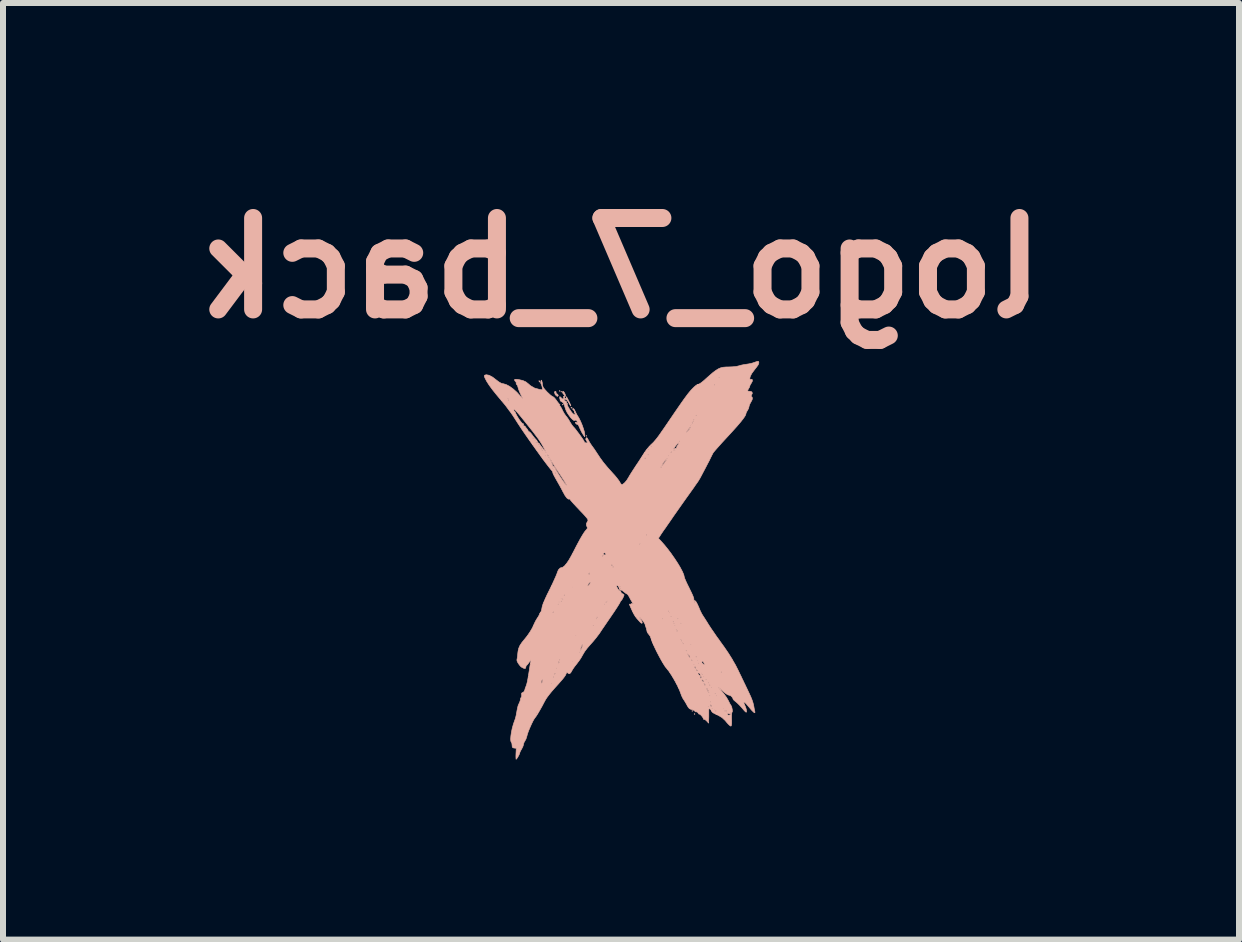
<source format=kicad_pcb>
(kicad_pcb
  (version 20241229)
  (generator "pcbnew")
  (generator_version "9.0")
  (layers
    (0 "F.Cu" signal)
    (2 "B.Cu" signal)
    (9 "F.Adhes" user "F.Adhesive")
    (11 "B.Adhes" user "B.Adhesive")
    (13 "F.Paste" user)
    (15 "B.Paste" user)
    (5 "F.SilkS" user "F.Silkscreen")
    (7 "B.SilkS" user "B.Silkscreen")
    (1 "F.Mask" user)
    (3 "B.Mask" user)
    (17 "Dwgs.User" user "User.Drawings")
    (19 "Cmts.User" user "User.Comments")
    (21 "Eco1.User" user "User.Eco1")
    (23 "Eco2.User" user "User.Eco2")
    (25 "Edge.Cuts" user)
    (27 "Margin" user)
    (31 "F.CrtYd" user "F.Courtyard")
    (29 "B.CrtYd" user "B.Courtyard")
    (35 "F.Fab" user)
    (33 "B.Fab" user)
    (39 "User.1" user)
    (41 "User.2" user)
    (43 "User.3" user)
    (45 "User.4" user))
  (footprint "logo_7_back"
    (layer "F.Cu")
    (at 7.301 5.228)
    (property "Reference" "logo_7_back" (at 0 -3.81 180) (layer "B.SilkS") (effects (font (size 1.524 1.524) (thickness 0.3)) (justify mirror)))
    (attr through_hole)
    (fp_poly (pts (xy -1.029 -1.762) (xy -1.022 -1.756) (xy -1.016 -1.762) (xy -1.022 -1.769) (xy -1.029 -1.762)) (stroke (width 0.01) (type solid)) (fill yes) (layer "B.SilkS"))
    (fp_poly (pts (xy -1.003 -1.75) (xy -0.997 -1.743) (xy -0.991 -1.75) (xy -0.997 -1.756) (xy -1.003 -1.75)) (stroke (width 0.01) (type solid)) (fill yes) (layer "B.SilkS"))
    (fp_poly (pts (xy -0.978 -1.534) (xy -0.972 -1.527) (xy -0.965 -1.534) (xy -0.972 -1.54) (xy -0.978 -1.534)) (stroke (width 0.01) (type solid)) (fill yes) (layer "B.SilkS"))
    (fp_poly (pts (xy -0.902 -1.546) (xy -0.895 -1.54) (xy -0.889 -1.546) (xy -0.895 -1.553) (xy -0.902 -1.546)) (stroke (width 0.01) (type solid)) (fill yes) (layer "B.SilkS"))
    (fp_poly (pts (xy -0.584 -1.013) (xy -0.578 -1.007) (xy -0.572 -1.013) (xy -0.578 -1.019) (xy -0.584 -1.013)) (stroke (width 0.01) (type solid)) (fill yes) (layer "B.SilkS"))
    (fp_poly (pts (xy 1.181 3.572) (xy 1.187 3.578) (xy 1.194 3.572) (xy 1.187 3.565) (xy 1.181 3.572)) (stroke (width 0.01) (type solid)) (fill yes) (layer "B.SilkS"))
    (fp_poly (pts (xy 1.219 3.623) (xy 1.226 3.629) (xy 1.232 3.623) (xy 1.226 3.616) (xy 1.219 3.623)) (stroke (width 0.01) (type solid)) (fill yes) (layer "B.SilkS"))
    (fp_poly (pts (xy -0.834 -1.485) (xy -0.832 -1.477) (xy -0.826 -1.476) (xy -0.815 -1.481) (xy -0.817 -1.485) (xy -0.832 -1.486) (xy -0.834 -1.485)) (stroke (width 0.01) (type solid)) (fill yes) (layer "B.SilkS"))
    (fp_poly (pts (xy -1.368 -1.925) (xy -1.365 -1.921) (xy -1.353 -1.909) (xy -1.351 -1.908) (xy -1.35 -1.917) (xy -1.353 -1.921) (xy -1.365 -1.933) (xy -1.367 -1.934) (xy -1.368 -1.925)) (stroke (width 0.01) (type solid)) (fill yes) (layer "B.SilkS"))
    (fp_poly (pts (xy -1.108 -1.748) (xy -1.111 -1.732) (xy -1.105 -1.724) (xy -1.097 -1.709) (xy -1.099 -1.704) (xy -1.096 -1.694) (xy -1.086 -1.692) (xy -1.071 -1.687) (xy -1.072 -1.682) (xy -1.068 -1.672) (xy -1.061 -1.671) (xy -1.048 -1.681) (xy -1.047 -1.691) (xy -1.059 -1.709) (xy -1.068 -1.712) (xy -1.081 -1.722) (xy -1.082 -1.734) (xy -1.085 -1.752) (xy -1.091 -1.756) (xy -1.108 -1.748)) (stroke (width 0.01) (type solid)) (fill yes) (layer "B.SilkS"))
    (fp_poly (pts (xy -0.977 -1.748) (xy -0.973 -1.728) (xy -0.959 -1.71) (xy -0.944 -1.69) (xy -0.94 -1.675) (xy -0.947 -1.671) (xy -0.952 -1.673) (xy -0.96 -1.671) (xy -0.958 -1.662) (xy -0.954 -1.636) (xy -0.966 -1.626) (xy -0.987 -1.637) (xy -0.99 -1.641) (xy -1.009 -1.66) (xy -1.02 -1.667) (xy -1.023 -1.657) (xy -1.021 -1.634) (xy -1.015 -1.616) (xy -1.014 -1.601) (xy -1.005 -1.591) (xy -0.99 -1.584) (xy -0.964 -1.564) (xy -0.944 -1.524) (xy -0.934 -1.489) (xy -0.92 -1.447) (xy -0.898 -1.401) (xy -0.869 -1.357) (xy -0.839 -1.317) (xy -0.809 -1.287) (xy -0.784 -1.269) (xy -0.765 -1.27) (xy -0.762 -1.273) (xy -0.751 -1.279) (xy -0.738 -1.263) (xy -0.736 -1.26) (xy -0.727 -1.24) (xy -0.733 -1.236) (xy -0.741 -1.239) (xy -0.759 -1.241) (xy -0.762 -1.236) (xy -0.754 -1.22) (xy -0.737 -1.206) (xy -0.723 -1.203) (xy -0.721 -1.204) (xy -0.714 -1.197) (xy -0.701 -1.172) (xy -0.692 -1.151) (xy -0.674 -1.111) (xy -0.651 -1.066) (xy -0.626 -1.026) (xy -0.606 -0.999) (xy -0.605 -0.998) (xy -0.604 -1.007) (xy -0.604 -1.033) (xy -0.604 -1.042) (xy -0.611 -1.081) (xy -0.627 -1.134) (xy -0.648 -1.194) (xy -0.673 -1.253) (xy -0.697 -1.302) (xy -0.712 -1.328) (xy -0.733 -1.361) (xy -0.755 -1.404) (xy -0.762 -1.42) (xy -0.781 -1.456) (xy -0.797 -1.47) (xy -0.802 -1.469) (xy -0.807 -1.457) (xy -0.793 -1.443) (xy -0.779 -1.427) (xy -0.779 -1.417) (xy -0.778 -1.403) (xy -0.766 -1.385) (xy -0.753 -1.367) (xy -0.758 -1.363) (xy -0.784 -1.373) (xy -0.792 -1.376) (xy -0.812 -1.393) (xy -0.837 -1.426) (xy -0.864 -1.466) (xy -0.887 -1.507) (xy -0.903 -1.544) (xy -0.907 -1.568) (xy -0.907 -1.571) (xy -0.912 -1.587) (xy -0.926 -1.594) (xy -0.948 -1.606) (xy -0.95 -1.618) (xy -0.932 -1.624) (xy -0.927 -1.624) (xy -0.903 -1.611) (xy -0.878 -1.577) (xy -0.875 -1.572) (xy -0.852 -1.53) (xy -0.839 -1.511) (xy -0.836 -1.515) (xy -0.846 -1.541) (xy -0.862 -1.576) (xy -0.882 -1.617) (xy -0.899 -1.649) (xy -0.909 -1.665) (xy -0.909 -1.665) (xy -0.913 -1.665) (xy -0.91 -1.659) (xy -0.912 -1.643) (xy -0.921 -1.637) (xy -0.936 -1.639) (xy -0.94 -1.655) (xy -0.931 -1.671) (xy -0.928 -1.673) (xy -0.925 -1.687) (xy -0.933 -1.712) (xy -0.946 -1.738) (xy -0.961 -1.754) (xy -0.966 -1.756) (xy -0.977 -1.748)) (stroke (width 0.01) (type solid)) (fill yes) (layer "B.SilkS"))
    (fp_poly (pts (xy 2.272 -2.255) (xy 2.242 -2.245) (xy 2.228 -2.24) (xy 2.187 -2.226) (xy 2.134 -2.214) (xy 2.102 -2.209) (xy 2.048 -2.201) (xy 1.995 -2.19) (xy 1.97 -2.182) (xy 1.92 -2.17) (xy 1.853 -2.164) (xy 1.798 -2.162) (xy 1.746 -2.161) (xy 1.703 -2.157) (xy 1.663 -2.148) (xy 1.625 -2.132) (xy 1.584 -2.107) (xy 1.535 -2.071) (xy 1.477 -2.021) (xy 1.405 -1.957) (xy 1.389 -1.942) (xy 1.35 -1.91) (xy 1.317 -1.886) (xy 1.295 -1.875) (xy 1.29 -1.874) (xy 1.273 -1.87) (xy 1.245 -1.851) (xy 1.216 -1.826) (xy 1.192 -1.802) (xy 1.168 -1.777) (xy 1.144 -1.749) (xy 1.117 -1.716) (xy 1.087 -1.676) (xy 1.051 -1.627) (xy 1.007 -1.565) (xy 0.955 -1.49) (xy 0.893 -1.4) (xy 0.819 -1.291) (xy 0.781 -1.235) (xy 0.72 -1.146) (xy 0.67 -1.074) (xy 0.631 -1.018) (xy 0.598 -0.974) (xy 0.57 -0.94) (xy 0.545 -0.911) (xy 0.521 -0.887) (xy 0.5 -0.868) (xy 0.463 -0.829) (xy 0.421 -0.778) (xy 0.384 -0.725) (xy 0.381 -0.719) (xy 0.349 -0.669) (xy 0.309 -0.607) (xy 0.266 -0.542) (xy 0.24 -0.503) (xy 0.204 -0.448) (xy 0.17 -0.395) (xy 0.143 -0.352) (xy 0.129 -0.327) (xy 0.097 -0.275) (xy 0.062 -0.233) (xy 0.03 -0.207) (xy 0.023 -0.203) (xy 0.005 -0.205) (xy -0.013 -0.228) (xy -0.019 -0.241) (xy -0.037 -0.269) (xy -0.068 -0.31) (xy -0.106 -0.356) (xy -0.13 -0.382) (xy -0.22 -0.482) (xy -0.294 -0.571) (xy -0.353 -0.652) (xy -0.356 -0.657) (xy -1.198 -0.657) (xy -1.199 -0.651) (xy -1.209 -0.661) (xy -1.219 -0.676) (xy -1.222 -0.683) (xy -1.257 -0.683) (xy -1.264 -0.676) (xy -1.27 -0.683) (xy -1.264 -0.689) (xy -1.257 -0.683) (xy -1.222 -0.683) (xy -1.227 -0.696) (xy -1.226 -0.702) (xy -1.216 -0.692) (xy -1.206 -0.676) (xy -1.198 -0.657) (xy -0.356 -0.657) (xy -0.385 -0.701) (xy -0.404 -0.729) (xy -1.245 -0.729) (xy -1.247 -0.732) (xy -1.265 -0.756) (xy -1.277 -0.772) (xy -1.308 -0.772) (xy -1.314 -0.765) (xy -1.321 -0.772) (xy -1.314 -0.778) (xy -1.308 -0.772) (xy -1.277 -0.772) (xy -1.291 -0.789) (xy -1.298 -0.797) (xy -1.321 -0.797) (xy -1.327 -0.791) (xy -1.333 -0.797) (xy -1.327 -0.803) (xy -1.321 -0.797) (xy -1.298 -0.797) (xy -1.305 -0.807) (xy -1.328 -0.835) (xy -1.346 -0.835) (xy -1.353 -0.829) (xy -1.359 -0.835) (xy -1.353 -0.842) (xy -1.346 -0.835) (xy -1.328 -0.835) (xy -1.332 -0.841) (xy -1.354 -0.871) (xy -1.355 -0.873) (xy -1.372 -0.873) (xy -1.378 -0.867) (xy -1.384 -0.873) (xy -1.378 -0.88) (xy -1.372 -0.873) (xy -1.355 -0.873) (xy -1.36 -0.882) (xy -1.376 -0.897) (xy -1.387 -0.897) (xy -1.395 -0.896) (xy -1.394 -0.899) (xy -1.41 -0.899) (xy -1.416 -0.892) (xy -1.422 -0.899) (xy -1.416 -0.905) (xy -1.41 -0.899) (xy -1.394 -0.899) (xy -1.392 -0.903) (xy -1.394 -0.921) (xy -1.405 -0.937) (xy -1.41 -0.937) (xy -1.416 -0.93) (xy -1.422 -0.937) (xy -1.435 -0.937) (xy -1.441 -0.93) (xy -1.448 -0.937) (xy -1.441 -0.943) (xy -1.435 -0.937) (xy -1.422 -0.937) (xy -1.416 -0.943) (xy -1.41 -0.937) (xy -1.405 -0.937) (xy -1.411 -0.944) (xy -1.413 -0.946) (xy -1.437 -0.973) (xy -1.439 -0.975) (xy -1.46 -0.975) (xy -1.467 -0.969) (xy -1.473 -0.975) (xy -1.467 -0.981) (xy -1.46 -0.975) (xy -1.439 -0.975) (xy -1.468 -1.011) (xy -1.485 -1.035) (xy -1.51 -1.066) (xy -1.532 -1.084) (xy -1.542 -1.087) (xy -1.549 -1.085) (xy -1.547 -1.088) (xy -1.549 -1.103) (xy -1.565 -1.127) (xy -1.569 -1.132) (xy -1.59 -1.157) (xy -1.6 -1.174) (xy -1.6 -1.175) (xy -1.608 -1.18) (xy -1.613 -1.178) (xy -1.624 -1.177) (xy -1.624 -1.18) (xy -1.624 -1.206) (xy -1.632 -1.218) (xy -1.637 -1.217) (xy -1.648 -1.224) (xy -1.668 -1.247) (xy -1.693 -1.28) (xy -1.718 -1.319) (xy -1.74 -1.357) (xy -1.756 -1.389) (xy -1.759 -1.397) (xy -1.768 -1.417) (xy -1.776 -1.421) (xy -1.783 -1.427) (xy -1.786 -1.445) (xy -1.785 -1.453) (xy -1.778 -1.453) (xy -1.764 -1.442) (xy -1.742 -1.419) (xy -1.71 -1.383) (xy -1.667 -1.331) (xy -1.612 -1.263) (xy -1.543 -1.177) (xy -1.529 -1.159) (xy -1.466 -1.08) (xy -1.417 -1.015) (xy -1.377 -0.962) (xy -1.345 -0.914) (xy -1.317 -0.868) (xy -1.289 -0.818) (xy -1.278 -0.797) (xy -1.258 -0.759) (xy -1.247 -0.735) (xy -1.245 -0.729) (xy -0.404 -0.729) (xy -0.418 -0.751) (xy -0.453 -0.803) (xy -0.479 -0.838) (xy -0.509 -0.881) (xy -0.535 -0.925) (xy -0.546 -0.946) (xy -0.561 -0.975) (xy -0.573 -0.984) (xy -0.582 -0.977) (xy -0.589 -0.957) (xy -0.578 -0.936) (xy -0.562 -0.91) (xy -0.564 -0.897) (xy -0.584 -0.896) (xy -0.605 -0.902) (xy -0.61 -0.91) (xy -0.617 -0.925) (xy -0.636 -0.956) (xy -0.664 -0.996) (xy -0.696 -1.041) (xy -0.73 -1.086) (xy -0.76 -1.126) (xy -0.785 -1.155) (xy -0.795 -1.165) (xy -0.818 -1.193) (xy -0.842 -1.231) (xy -0.85 -1.244) (xy -0.876 -1.289) (xy -0.907 -1.333) (xy -0.915 -1.341) (xy -0.944 -1.381) (xy -0.969 -1.425) (xy -0.973 -1.434) (xy -0.991 -1.471) (xy -1.009 -1.501) (xy -1.013 -1.505) (xy -1.024 -1.522) (xy -1.021 -1.527) (xy -1.018 -1.533) (xy -1.023 -1.537) (xy -1.037 -1.552) (xy -1.06 -1.581) (xy -1.078 -1.607) (xy -1.08 -1.61) (xy -1.867 -1.61) (xy -1.873 -1.603) (xy -1.88 -1.61) (xy -1.873 -1.616) (xy -1.867 -1.61) (xy -1.08 -1.61) (xy -1.1 -1.635) (xy -1.88 -1.635) (xy -1.886 -1.629) (xy -1.892 -1.635) (xy -1.886 -1.642) (xy -1.88 -1.635) (xy -1.1 -1.635) (xy -1.103 -1.64) (xy -1.126 -1.661) (xy -1.137 -1.667) (xy -1.154 -1.676) (xy -1.183 -1.699) (xy -1.218 -1.732) (xy -1.232 -1.745) (xy -1.272 -1.789) (xy -1.297 -1.822) (xy -1.307 -1.849) (xy -1.309 -1.863) (xy -1.313 -1.9) (xy -1.32 -1.927) (xy -1.327 -1.942) (xy -1.332 -1.936) (xy -1.336 -1.918) (xy -1.338 -1.892) (xy -1.333 -1.88) (xy -1.326 -1.867) (xy -1.317 -1.837) (xy -1.315 -1.828) (xy -1.306 -1.779) (xy -1.361 -1.788) (xy -1.441 -1.81) (xy -1.509 -1.849) (xy -1.543 -1.879) (xy -1.586 -1.913) (xy -1.637 -1.936) (xy -1.704 -1.951) (xy -1.73 -1.955) (xy -1.765 -1.956) (xy -1.777 -1.947) (xy -1.767 -1.928) (xy -1.759 -1.921) (xy -1.747 -1.903) (xy -1.748 -1.893) (xy -1.746 -1.876) (xy -1.739 -1.87) (xy -1.725 -1.85) (xy -1.718 -1.826) (xy -1.71 -1.796) (xy -1.694 -1.755) (xy -1.679 -1.72) (xy -1.656 -1.672) (xy -1.644 -1.644) (xy -1.643 -1.636) (xy -1.653 -1.646) (xy -1.674 -1.671) (xy -1.679 -1.677) (xy -1.735 -1.739) (xy -1.796 -1.794) (xy -1.858 -1.839) (xy -1.916 -1.869) (xy -1.966 -1.883) (xy -1.973 -1.883) (xy -2.001 -1.892) (xy -2.04 -1.915) (xy -2.071 -1.939) (xy -2.14 -1.992) (xy -2.198 -2.023) (xy -2.244 -2.032) (xy -2.255 -2.03) (xy -2.275 -2.023) (xy -2.28 -2.012) (xy -2.272 -1.988) (xy -2.268 -1.978) (xy -2.241 -1.925) (xy -2.2 -1.861) (xy -2.143 -1.783) (xy -2.069 -1.691) (xy -2 -1.609) (xy -1.963 -1.565) (xy -1.929 -1.524) (xy -1.905 -1.492) (xy -1.899 -1.484) (xy -1.872 -1.447) (xy -1.847 -1.415) (xy -1.83 -1.391) (xy -1.803 -1.352) (xy -1.77 -1.301) (xy -1.734 -1.245) (xy -1.728 -1.235) (xy -1.691 -1.179) (xy -1.646 -1.111) (xy -1.594 -1.035) (xy -1.537 -0.954) (xy -1.478 -0.87) (xy -1.418 -0.786) (xy -1.36 -0.705) (xy -1.305 -0.629) (xy -1.255 -0.562) (xy -1.212 -0.506) (xy -1.179 -0.464) (xy -1.158 -0.439) (xy -1.152 -0.434) (xy -1.141 -0.417) (xy -1.14 -0.415) (xy -1.136 -0.393) (xy -1.121 -0.36) (xy -1.096 -0.313) (xy -1.064 -0.257) (xy -1.031 -0.199) (xy -0.996 -0.136) (xy -0.967 -0.079) (xy -0.965 -0.076) (xy -0.933 -0.018) (xy -0.904 0.021) (xy -0.878 0.041) (xy -0.862 0.04) (xy -0.851 0.041) (xy -0.851 0.044) (xy -0.843 0.057) (xy -0.82 0.084) (xy -0.787 0.121) (xy -0.749 0.162) (xy -0.683 0.232) (xy -0.632 0.285) (xy -0.596 0.325) (xy -0.571 0.354) (xy -0.557 0.374) (xy -0.551 0.389) (xy -0.552 0.401) (xy -0.557 0.412) (xy -0.565 0.424) (xy -0.579 0.454) (xy -0.576 0.481) (xy -0.573 0.488) (xy -0.563 0.51) (xy -0.561 0.525) (xy -0.57 0.542) (xy -0.593 0.568) (xy -0.599 0.575) (xy -0.619 0.603) (xy -0.647 0.648) (xy -0.68 0.704) (xy -0.714 0.767) (xy -0.722 0.782) (xy -0.756 0.846) (xy -0.787 0.907) (xy -0.814 0.959) (xy -0.834 0.995) (xy -0.837 1.001) (xy -0.869 1.057) (xy -0.903 1.107) (xy -0.935 1.147) (xy -0.962 1.171) (xy -0.976 1.178) (xy -1.014 1.189) (xy -1.044 1.22) (xy -1.062 1.263) (xy -1.07 1.288) (xy -1.088 1.331) (xy -1.114 1.389) (xy -1.145 1.457) (xy -1.181 1.531) (xy -1.191 1.551) (xy -1.239 1.648) (xy -1.274 1.726) (xy -1.299 1.785) (xy -1.313 1.829) (xy -1.318 1.854) (xy -1.325 1.893) (xy -1.336 1.921) (xy -1.341 1.928) (xy -1.357 1.949) (xy -1.359 1.958) (xy -1.366 1.976) (xy -1.383 2.006) (xy -1.395 2.023) (xy -1.422 2.068) (xy -1.447 2.118) (xy -1.453 2.133) (xy -1.478 2.187) (xy -1.515 2.25) (xy -1.558 2.314) (xy -1.601 2.368) (xy -1.651 2.429) (xy -1.685 2.48) (xy -1.707 2.531) (xy -1.718 2.586) (xy -1.721 2.613) (xy -1.726 2.66) (xy -1.731 2.697) (xy -1.735 2.716) (xy -1.735 2.717) (xy -1.734 2.737) (xy -1.72 2.767) (xy -1.698 2.8) (xy -1.673 2.83) (xy -1.653 2.845) (xy -1.616 2.863) (xy -1.595 2.864) (xy -1.588 2.848) (xy -1.587 2.843) (xy -1.582 2.82) (xy -1.576 2.814) (xy -1.563 2.802) (xy -1.542 2.776) (xy -1.53 2.759) (xy -1.51 2.73) (xy -1.501 2.72) (xy -1.501 2.729) (xy -1.504 2.746) (xy -1.511 2.779) (xy -1.519 2.826) (xy -1.525 2.867) (xy -1.54 2.961) (xy -1.552 3.033) (xy -1.562 3.087) (xy -1.572 3.125) (xy -1.581 3.152) (xy -1.581 3.153) (xy -1.596 3.191) (xy -1.605 3.224) (xy -1.62 3.253) (xy -1.639 3.264) (xy -1.657 3.275) (xy -1.658 3.298) (xy -1.657 3.303) (xy -1.656 3.329) (xy -1.663 3.343) (xy -1.674 3.361) (xy -1.676 3.376) (xy -1.682 3.405) (xy -1.696 3.439) (xy -1.696 3.44) (xy -1.708 3.464) (xy -1.717 3.488) (xy -1.724 3.517) (xy -1.733 3.56) (xy -1.741 3.607) (xy -1.751 3.658) (xy -1.764 3.706) (xy -1.772 3.728) (xy -1.794 3.791) (xy -1.813 3.859) (xy -1.827 3.926) (xy -1.836 3.988) (xy -1.84 4.04) (xy -1.837 4.076) (xy -1.829 4.092) (xy -1.82 4.109) (xy -1.816 4.14) (xy -1.816 4.143) (xy -1.813 4.173) (xy -1.8 4.186) (xy -1.781 4.19) (xy -1.746 4.194) (xy -1.751 4.286) (xy -1.752 4.331) (xy -1.751 4.363) (xy -1.749 4.378) (xy -1.749 4.378) (xy -1.739 4.368) (xy -1.722 4.344) (xy -1.716 4.333) (xy -1.699 4.301) (xy -1.689 4.277) (xy -1.689 4.273) (xy -1.682 4.253) (xy -1.666 4.222) (xy -1.657 4.207) (xy -1.638 4.17) (xy -1.627 4.138) (xy -1.626 4.129) (xy -1.618 4.1) (xy -1.602 4.072) (xy -1.584 4.039) (xy -1.571 3.998) (xy -1.569 3.991) (xy -1.559 3.954) (xy -1.541 3.903) (xy -1.517 3.846) (xy -1.491 3.788) (xy -1.466 3.737) (xy -1.444 3.699) (xy -1.434 3.686) (xy -1.413 3.658) (xy -1.385 3.613) (xy -1.383 3.61) (xy -1.397 3.61) (xy -1.403 3.616) (xy -1.41 3.61) (xy -1.403 3.603) (xy -1.397 3.61) (xy -1.383 3.61) (xy -1.351 3.555) (xy -1.315 3.491) (xy -1.281 3.426) (xy -1.277 3.419) (xy -1.257 3.382) (xy -1.231 3.343) (xy -1.197 3.298) (xy -1.154 3.245) (xy -1.097 3.18) (xy -1.038 3.115) (xy -1.156 3.115) (xy -1.162 3.121) (xy -1.168 3.115) (xy -1.162 3.108) (xy -1.156 3.115) (xy -1.038 3.115) (xy -1.026 3.101) (xy -1.013 3.086) (xy -0.99 3.06) (xy -1.308 3.06) (xy -1.313 3.09) (xy -1.317 3.104) (xy -1.325 3.12) (xy -1.329 3.112) (xy -1.331 3.105) (xy -1.328 3.076) (xy -1.322 3.061) (xy -1.312 3.046) (xy -1.309 3.053) (xy -1.308 3.06) (xy -0.99 3.06) (xy -0.975 3.043) (xy -0.947 3.007) (xy -1.118 3.007) (xy -1.122 3.017) (xy -1.126 3.015) (xy -1.128 3) (xy -1.126 2.998) (xy -1.119 3) (xy -1.118 3.007) (xy -0.947 3.007) (xy -0.944 3.003) (xy -0.924 2.973) (xy -0.919 2.961) (xy -0.913 2.947) (xy -1.094 2.947) (xy -1.097 2.954) (xy -1.11 2.967) (xy -1.117 2.965) (xy -1.118 2.963) (xy -1.109 2.952) (xy -1.103 2.948) (xy -1.094 2.947) (xy -0.913 2.947) (xy -0.909 2.935) (xy -0.894 2.933) (xy -0.88 2.945) (xy -0.86 2.952) (xy -0.839 2.936) (xy -0.819 2.901) (xy -0.801 2.871) (xy -0.794 2.861) (xy -1.067 2.861) (xy -1.073 2.867) (xy -1.079 2.861) (xy -1.073 2.854) (xy -1.067 2.861) (xy -0.794 2.861) (xy -0.773 2.831) (xy -0.739 2.788) (xy -0.738 2.787) (xy -0.718 2.76) (xy -1.03 2.76) (xy -1.037 2.78) (xy -1.046 2.791) (xy -1.046 2.791) (xy -1.048 2.78) (xy -1.045 2.765) (xy -1.037 2.747) (xy -1.032 2.745) (xy -1.03 2.76) (xy -0.718 2.76) (xy -0.707 2.746) (xy -0.8 2.746) (xy -0.806 2.753) (xy -0.813 2.746) (xy -0.806 2.74) (xy -0.8 2.746) (xy -0.707 2.746) (xy -0.7 2.736) (xy -0.689 2.721) (xy -1.016 2.721) (xy -1.022 2.727) (xy -1.029 2.721) (xy -1.022 2.715) (xy -1.016 2.721) (xy -0.689 2.721) (xy -0.662 2.679) (xy -0.637 2.634) (xy -0.613 2.594) (xy -0.686 2.594) (xy -0.692 2.6) (xy -0.699 2.594) (xy -0.692 2.587) (xy -0.686 2.594) (xy -0.613 2.594) (xy -0.607 2.583) (xy -0.564 2.526) (xy -0.521 2.476) (xy -0.64 2.476) (xy -0.646 2.501) (xy -0.658 2.53) (xy -0.67 2.556) (xy -0.68 2.57) (xy -0.682 2.57) (xy -0.681 2.556) (xy -0.675 2.539) (xy -0.667 2.517) (xy -0.669 2.507) (xy -0.667 2.499) (xy -0.662 2.499) (xy -0.652 2.492) (xy -0.654 2.487) (xy -0.652 2.47) (xy -0.649 2.468) (xy -0.64 2.47) (xy -0.64 2.476) (xy -0.521 2.476) (xy -0.516 2.47) (xy -0.512 2.466) (xy -0.465 2.413) (xy -0.413 2.35) (xy -0.386 2.314) (xy -0.749 2.314) (xy -0.756 2.321) (xy -0.762 2.314) (xy -0.756 2.308) (xy -0.749 2.314) (xy -0.386 2.314) (xy -0.365 2.287) (xy -0.349 2.263) (xy -0.316 2.213) (xy -0.272 2.149) (xy -0.457 2.149) (xy -0.464 2.156) (xy -0.47 2.149) (xy -0.464 2.143) (xy -0.457 2.149) (xy -0.272 2.149) (xy -0.272 2.149) (xy -0.223 2.077) (xy -0.194 2.035) (xy -0.406 2.035) (xy -0.413 2.041) (xy -0.419 2.035) (xy -0.413 2.029) (xy -0.406 2.035) (xy -0.194 2.035) (xy -0.177 2.01) (xy -0.394 2.01) (xy -0.4 2.016) (xy -0.406 2.01) (xy -0.4 2.003) (xy -0.394 2.01) (xy -0.177 2.01) (xy -0.172 2.003) (xy -0.143 1.96) (xy -0.114 1.918) (xy -1.12 1.918) (xy -1.123 1.925) (xy -1.136 1.939) (xy -1.143 1.936) (xy -1.143 1.934) (xy -1.134 1.923) (xy -1.128 1.92) (xy -1.12 1.918) (xy -0.114 1.918) (xy -0.101 1.898) (xy -0.065 1.843) (xy -0.037 1.798) (xy -0.034 1.794) (xy -0.267 1.794) (xy -0.273 1.8) (xy -0.279 1.794) (xy -1.041 1.794) (xy -1.048 1.8) (xy -1.054 1.794) (xy -1.048 1.787) (xy -1.041 1.794) (xy -0.279 1.794) (xy -0.273 1.787) (xy -0.267 1.794) (xy -0.034 1.794) (xy -0.019 1.767) (xy -0.013 1.753) (xy -0.006 1.738) (xy -0.003 1.737) (xy -0.229 1.737) (xy -0.233 1.743) (xy -0.24 1.752) (xy -0.258 1.772) (xy -0.266 1.772) (xy -0.267 1.77) (xy -0.258 1.759) (xy -0.254 1.756) (xy -1.029 1.756) (xy -1.035 1.762) (xy -1.041 1.756) (xy -1.035 1.749) (xy -1.029 1.756) (xy -0.254 1.756) (xy -0.244 1.748) (xy -0.238 1.743) (xy -0.991 1.743) (xy -0.997 1.749) (xy -1.003 1.743) (xy -0.997 1.737) (xy -0.991 1.743) (xy -0.238 1.743) (xy -0.229 1.737) (xy -0.003 1.737) (xy -0.002 1.737) (xy 0.008 1.726) (xy 0.014 1.718) (xy -0.965 1.718) (xy -0.972 1.724) (xy -0.978 1.718) (xy -0.972 1.711) (xy -0.965 1.718) (xy 0.014 1.718) (xy 0.024 1.702) (xy 0.03 1.689) (xy -0.98 1.689) (xy -0.983 1.697) (xy -0.996 1.71) (xy -1.003 1.707) (xy -1.003 1.706) (xy -0.994 1.695) (xy -0.989 1.691) (xy -0.98 1.689) (xy 0.03 1.689) (xy 0.039 1.672) (xy 0.049 1.645) (xy 0.05 1.641) (xy -0.94 1.641) (xy -0.946 1.648) (xy -0.953 1.641) (xy -0.946 1.635) (xy -0.94 1.641) (xy 0.05 1.641) (xy 0.051 1.636) (xy 0.04 1.625) (xy 0.025 1.619) (xy 0.005 1.605) (xy 0 1.592) (xy -0.008 1.574) (xy -0.016 1.571) (xy -0.033 1.562) (xy -0.053 1.537) (xy -0.054 1.535) (xy -0.071 1.503) (xy -0.072 1.502) (xy -0.8 1.502) (xy -0.806 1.508) (xy -0.813 1.502) (xy -0.806 1.495) (xy -0.8 1.502) (xy -0.072 1.502) (xy -0.074 1.488) (xy -0.064 1.483) (xy -0.058 1.483) (xy -0.043 1.494) (xy -0.032 1.52) (xy -0.032 1.521) (xy -0.023 1.549) (xy -0.007 1.558) (xy 0.007 1.558) (xy 0.02 1.565) (xy 0.044 1.583) (xy 0.052 1.59) (xy 0.079 1.611) (xy 0.099 1.622) (xy 0.101 1.622) (xy 0.113 1.633) (xy 0.13 1.659) (xy 0.139 1.676) (xy 0.161 1.717) (xy 0.182 1.752) (xy 0.188 1.761) (xy 0.202 1.783) (xy 0.201 1.788) (xy 0.187 1.784) (xy 0.169 1.783) (xy 0.165 1.789) (xy 0.157 1.796) (xy 0.152 1.794) (xy 0.143 1.79) (xy 0.141 1.796) (xy 0.148 1.816) (xy 0.164 1.853) (xy 0.184 1.897) (xy 0.209 1.949) (xy 0.234 1.991) (xy 0.264 2.031) (xy 0.306 2.078) (xy 0.323 2.096) (xy 0.343 2.111) (xy 0.353 2.107) (xy 0.352 2.089) (xy 0.338 2.061) (xy 0.334 2.056) (xy 0.309 2.02) (xy 0.3 2.004) (xy 0.307 2.007) (xy 0.33 2.03) (xy 0.341 2.041) (xy 0.37 2.077) (xy 0.393 2.111) (xy 0.401 2.13) (xy 0.412 2.168) (xy 0.42 2.191) (xy 0.429 2.224) (xy 0.432 2.243) (xy 0.441 2.267) (xy 0.462 2.294) (xy 0.462 2.294) (xy 0.486 2.327) (xy 0.501 2.367) (xy 0.501 2.367) (xy 0.512 2.402) (xy 0.533 2.453) (xy 0.562 2.516) (xy 0.596 2.586) (xy 0.633 2.657) (xy 0.67 2.725) (xy 0.705 2.784) (xy 0.734 2.83) (xy 0.753 2.854) (xy 0.798 2.91) (xy 0.846 2.983) (xy 0.895 3.066) (xy 0.94 3.151) (xy 0.977 3.231) (xy 0.996 3.282) (xy 1.013 3.326) (xy 1.031 3.363) (xy 1.04 3.377) (xy 1.059 3.405) (xy 1.083 3.445) (xy 1.098 3.473) (xy 1.121 3.512) (xy 1.141 3.534) (xy 1.166 3.545) (xy 1.177 3.548) (xy 1.208 3.558) (xy 1.227 3.572) (xy 1.228 3.574) (xy 1.243 3.587) (xy 1.252 3.586) (xy 1.271 3.59) (xy 1.284 3.605) (xy 1.297 3.623) (xy 1.304 3.624) (xy 1.316 3.628) (xy 1.335 3.645) (xy 1.355 3.668) (xy 1.369 3.691) (xy 1.372 3.701) (xy 1.378 3.713) (xy 1.384 3.712) (xy 1.399 3.715) (xy 1.422 3.734) (xy 1.428 3.74) (xy 1.46 3.775) (xy 1.463 3.673) (xy 1.463 3.622) (xy 1.463 3.58) (xy 1.463 3.553) (xy 1.463 3.55) (xy 1.467 3.535) (xy 1.481 3.537) (xy 1.498 3.554) (xy 1.505 3.568) (xy 1.513 3.582) (xy 1.523 3.594) (xy 1.54 3.606) (xy 1.57 3.622) (xy 1.618 3.644) (xy 1.626 3.648) (xy 1.684 3.683) (xy 1.737 3.732) (xy 1.756 3.756) (xy 1.787 3.791) (xy 1.814 3.816) (xy 1.831 3.825) (xy 1.832 3.825) (xy 1.84 3.812) (xy 1.844 3.781) (xy 1.844 3.727) (xy 1.843 3.705) (xy 1.843 3.648) (xy 1.845 3.613) (xy 1.827 3.613) (xy 1.823 3.635) (xy 1.801 3.642) (xy 1.797 3.642) (xy 1.775 3.637) (xy 1.773 3.623) (xy 1.774 3.622) (xy 1.785 3.61) (xy 1.797 3.617) (xy 1.812 3.622) (xy 1.82 3.607) (xy 1.824 3.597) (xy 1.765 3.597) (xy 1.759 3.603) (xy 1.753 3.597) (xy 1.759 3.591) (xy 1.765 3.597) (xy 1.824 3.597) (xy 1.825 3.595) (xy 1.827 3.606) (xy 1.827 3.613) (xy 1.845 3.613) (xy 1.845 3.609) (xy 1.85 3.591) (xy 1.852 3.591) (xy 1.856 3.58) (xy 1.856 3.572) (xy 1.765 3.572) (xy 1.759 3.578) (xy 1.753 3.572) (xy 1.74 3.572) (xy 1.734 3.578) (xy 1.727 3.572) (xy 1.587 3.572) (xy 1.581 3.578) (xy 1.575 3.572) (xy 1.581 3.565) (xy 1.587 3.572) (xy 1.727 3.572) (xy 1.734 3.565) (xy 1.74 3.572) (xy 1.753 3.572) (xy 1.759 3.565) (xy 1.765 3.572) (xy 1.856 3.572) (xy 1.855 3.559) (xy 1.562 3.559) (xy 1.556 3.565) (xy 1.549 3.559) (xy 1.556 3.553) (xy 1.562 3.559) (xy 1.855 3.559) (xy 1.855 3.554) (xy 1.851 3.534) (xy 1.714 3.534) (xy 1.708 3.54) (xy 1.702 3.534) (xy 1.524 3.534) (xy 1.518 3.54) (xy 1.511 3.534) (xy 1.518 3.527) (xy 1.524 3.534) (xy 1.702 3.534) (xy 1.708 3.527) (xy 1.714 3.534) (xy 1.851 3.534) (xy 1.849 3.523) (xy 1.841 3.494) (xy 1.839 3.491) (xy 1.511 3.491) (xy 1.503 3.498) (xy 1.499 3.496) (xy 1.46 3.496) (xy 1.454 3.502) (xy 1.448 3.496) (xy 1.454 3.489) (xy 1.46 3.496) (xy 1.499 3.496) (xy 1.486 3.479) (xy 1.486 3.475) (xy 1.494 3.468) (xy 1.499 3.47) (xy 1.511 3.487) (xy 1.511 3.491) (xy 1.839 3.491) (xy 1.831 3.477) (xy 1.831 3.477) (xy 1.821 3.463) (xy 1.805 3.432) (xy 1.799 3.419) (xy 1.499 3.419) (xy 1.492 3.426) (xy 1.486 3.419) (xy 1.492 3.413) (xy 1.499 3.419) (xy 1.799 3.419) (xy 1.786 3.394) (xy 1.758 3.346) (xy 1.738 3.318) (xy 1.6 3.318) (xy 1.594 3.324) (xy 1.587 3.318) (xy 1.486 3.318) (xy 1.48 3.324) (xy 1.473 3.318) (xy 1.48 3.311) (xy 1.486 3.318) (xy 1.587 3.318) (xy 1.594 3.311) (xy 1.6 3.318) (xy 1.738 3.318) (xy 1.719 3.291) (xy 1.71 3.28) (xy 1.575 3.28) (xy 1.568 3.286) (xy 1.562 3.28) (xy 1.568 3.273) (xy 1.575 3.28) (xy 1.71 3.28) (xy 1.703 3.272) (xy 1.468 3.272) (xy 1.467 3.273) (xy 1.458 3.263) (xy 1.443 3.237) (xy 1.434 3.219) (xy 1.422 3.192) (xy 1.42 3.181) (xy 1.425 3.184) (xy 1.44 3.205) (xy 1.454 3.232) (xy 1.465 3.257) (xy 1.468 3.272) (xy 1.703 3.272) (xy 1.676 3.24) (xy 1.672 3.236) (xy 1.639 3.2) (xy 1.623 3.181) (xy 1.625 3.18) (xy 1.645 3.195) (xy 1.684 3.228) (xy 1.718 3.259) (xy 1.753 3.287) (xy 1.784 3.304) (xy 1.801 3.309) (xy 1.823 3.315) (xy 1.847 3.335) (xy 1.864 3.361) (xy 1.867 3.373) (xy 1.877 3.388) (xy 1.901 3.409) (xy 1.91 3.416) (xy 1.938 3.44) (xy 1.975 3.476) (xy 2.014 3.519) (xy 2.021 3.527) (xy 2.054 3.566) (xy 2.075 3.587) (xy 2.087 3.593) (xy 2.092 3.586) (xy 2.093 3.581) (xy 2.09 3.554) (xy 2.079 3.515) (xy 2.066 3.484) (xy 2.049 3.443) (xy 2.047 3.424) (xy 2.058 3.426) (xy 2.083 3.449) (xy 2.122 3.494) (xy 2.14 3.516) (xy 2.181 3.564) (xy 2.211 3.593) (xy 2.228 3.603) (xy 2.233 3.593) (xy 2.23 3.581) (xy 2.224 3.555) (xy 2.217 3.517) (xy 2.216 3.508) (xy 2.208 3.468) (xy 2.198 3.43) (xy 2.184 3.388) (xy 2.164 3.338) (xy 2.135 3.275) (xy 2.097 3.195) (xy 2.095 3.191) (xy 2.089 3.178) (xy 1.511 3.178) (xy 1.505 3.184) (xy 1.499 3.178) (xy 1.505 3.172) (xy 1.511 3.178) (xy 2.089 3.178) (xy 2.076 3.152) (xy 1.41 3.152) (xy 1.404 3.153) (xy 1.392 3.139) (xy 1.38 3.118) (xy 1.38 3.109) (xy 1.39 3.112) (xy 1.402 3.129) (xy 1.409 3.149) (xy 1.41 3.152) (xy 2.076 3.152) (xy 2.071 3.14) (xy 1.486 3.14) (xy 1.48 3.146) (xy 1.473 3.14) (xy 1.48 3.134) (xy 1.486 3.14) (xy 2.071 3.14) (xy 2.06 3.118) (xy 2.052 3.102) (xy 1.46 3.102) (xy 1.454 3.108) (xy 1.448 3.102) (xy 1.454 3.095) (xy 1.46 3.102) (xy 2.052 3.102) (xy 2.045 3.086) (xy 1.384 3.086) (xy 1.377 3.09) (xy 1.365 3.083) (xy 1.349 3.064) (xy 1.346 3.054) (xy 1.354 3.05) (xy 1.365 3.057) (xy 1.381 3.077) (xy 1.384 3.086) (xy 2.045 3.086) (xy 2.028 3.051) (xy 1.422 3.051) (xy 1.416 3.057) (xy 1.41 3.051) (xy 1.416 3.045) (xy 1.422 3.051) (xy 2.028 3.051) (xy 2.024 3.043) (xy 2.01 3.014) (xy 1.342 3.014) (xy 1.34 3.02) (xy 1.328 3.027) (xy 1.32 3.017) (xy 1.317 3) (xy 1.322 2.996) (xy 1.341 2.997) (xy 1.342 3.014) (xy 2.01 3.014) (xy 2.004 3) (xy 1.384 3) (xy 1.378 3.007) (xy 1.372 3) (xy 1.378 2.994) (xy 1.384 3) (xy 2.004 3) (xy 1.992 2.976) (xy 1.328 2.976) (xy 1.322 2.98) (xy 1.312 2.979) (xy 1.291 2.965) (xy 1.285 2.952) (xy 1.286 2.933) (xy 1.298 2.934) (xy 1.316 2.953) (xy 1.319 2.957) (xy 1.328 2.976) (xy 1.992 2.976) (xy 1.991 2.973) (xy 1.985 2.962) (xy 1.359 2.962) (xy 1.353 2.969) (xy 1.346 2.962) (xy 1.353 2.956) (xy 1.359 2.962) (xy 1.985 2.962) (xy 1.973 2.937) (xy 1.346 2.937) (xy 1.34 2.943) (xy 1.333 2.937) (xy 1.34 2.93) (xy 1.346 2.937) (xy 1.973 2.937) (xy 1.967 2.924) (xy 1.676 2.924) (xy 1.67 2.93) (xy 1.664 2.924) (xy 1.67 2.918) (xy 1.676 2.924) (xy 1.967 2.924) (xy 1.963 2.917) (xy 1.963 2.915) (xy 1.279 2.915) (xy 1.278 2.918) (xy 1.267 2.909) (xy 1.257 2.899) (xy 1.25 2.883) (xy 1.254 2.88) (xy 1.27 2.89) (xy 1.275 2.899) (xy 1.279 2.915) (xy 1.963 2.915) (xy 1.958 2.905) (xy 1.936 2.861) (xy 1.25 2.861) (xy 1.246 2.867) (xy 1.232 2.857) (xy 1.227 2.846) (xy 1.221 2.825) (xy 1.228 2.824) (xy 1.242 2.842) (xy 1.25 2.861) (xy 1.936 2.861) (xy 1.909 2.808) (xy 1.901 2.794) (xy 1.391 2.794) (xy 1.386 2.798) (xy 1.385 2.797) (xy 1.219 2.797) (xy 1.213 2.803) (xy 1.206 2.797) (xy 1.213 2.791) (xy 1.219 2.797) (xy 1.385 2.797) (xy 1.372 2.791) (xy 1.351 2.772) (xy 1.351 2.772) (xy 1.295 2.772) (xy 1.289 2.778) (xy 1.283 2.772) (xy 1.289 2.765) (xy 1.295 2.772) (xy 1.351 2.772) (xy 1.346 2.759) (xy 1.351 2.741) (xy 1.364 2.745) (xy 1.38 2.767) (xy 1.382 2.772) (xy 1.391 2.794) (xy 1.901 2.794) (xy 1.866 2.734) (xy 1.283 2.734) (xy 1.276 2.74) (xy 1.276 2.739) (xy 1.191 2.739) (xy 1.189 2.74) (xy 1.177 2.731) (xy 1.175 2.727) (xy 1.172 2.715) (xy 1.173 2.715) (xy 1.185 2.723) (xy 1.187 2.727) (xy 1.191 2.739) (xy 1.276 2.739) (xy 1.27 2.734) (xy 1.276 2.727) (xy 1.283 2.734) (xy 1.866 2.734) (xy 1.854 2.711) (xy 1.828 2.67) (xy 1.257 2.67) (xy 1.251 2.676) (xy 1.248 2.673) (xy 1.151 2.673) (xy 1.149 2.687) (xy 1.142 2.682) (xy 1.126 2.655) (xy 1.123 2.648) (xy 1.11 2.621) (xy 1.109 2.615) (xy 1.121 2.626) (xy 1.127 2.632) (xy 1.145 2.656) (xy 1.151 2.673) (xy 1.248 2.673) (xy 1.245 2.67) (xy 1.251 2.664) (xy 1.257 2.67) (xy 1.828 2.67) (xy 1.79 2.609) (xy 1.762 2.568) (xy 1.092 2.568) (xy 1.086 2.575) (xy 1.079 2.568) (xy 1.086 2.562) (xy 1.092 2.568) (xy 1.762 2.568) (xy 1.714 2.498) (xy 1.691 2.467) (xy 1.168 2.467) (xy 1.162 2.473) (xy 1.156 2.467) (xy 1.162 2.461) (xy 1.168 2.467) (xy 1.691 2.467) (xy 1.682 2.454) (xy 1.041 2.454) (xy 1.035 2.461) (xy 1.029 2.454) (xy 1.035 2.448) (xy 1.041 2.454) (xy 1.682 2.454) (xy 1.664 2.429) (xy 1.029 2.429) (xy 1.022 2.435) (xy 1.016 2.429) (xy 1.022 2.422) (xy 1.029 2.429) (xy 1.664 2.429) (xy 1.648 2.407) (xy 1.646 2.403) (xy 1.016 2.403) (xy 1.01 2.41) (xy 1.003 2.403) (xy 1.01 2.397) (xy 1.016 2.403) (xy 1.646 2.403) (xy 1.628 2.378) (xy 1.003 2.378) (xy 0.997 2.384) (xy 0.991 2.378) (xy 0.997 2.372) (xy 1.003 2.378) (xy 1.628 2.378) (xy 1.599 2.339) (xy 1.551 2.269) (xy 1.53 2.238) (xy 0.94 2.238) (xy 0.933 2.245) (xy 0.927 2.238) (xy 0.933 2.232) (xy 0.94 2.238) (xy 1.53 2.238) (xy 1.512 2.213) (xy 0.927 2.213) (xy 0.921 2.219) (xy 0.914 2.213) (xy 0.921 2.207) (xy 0.927 2.213) (xy 1.512 2.213) (xy 1.506 2.204) (xy 1.47 2.149) (xy 0.902 2.149) (xy 0.895 2.156) (xy 0.889 2.149) (xy 0.895 2.143) (xy 0.902 2.149) (xy 1.47 2.149) (xy 1.47 2.149) (xy 1.454 2.124) (xy 1.446 2.111) (xy 1.003 2.111) (xy 0.997 2.118) (xy 0.991 2.111) (xy 0.889 2.111) (xy 0.883 2.118) (xy 0.876 2.111) (xy 0.883 2.105) (xy 0.889 2.111) (xy 0.991 2.111) (xy 0.997 2.105) (xy 1.003 2.111) (xy 1.446 2.111) (xy 1.431 2.086) (xy 0.876 2.086) (xy 0.87 2.092) (xy 0.864 2.086) (xy 0.87 2.079) (xy 0.876 2.086) (xy 1.431 2.086) (xy 1.423 2.074) (xy 1.398 2.035) (xy 0.953 2.035) (xy 0.946 2.041) (xy 0.94 2.035) (xy 0.699 2.035) (xy 0.692 2.041) (xy 0.686 2.035) (xy 0.692 2.029) (xy 0.699 2.035) (xy 0.94 2.035) (xy 0.946 2.029) (xy 0.953 2.035) (xy 1.398 2.035) (xy 1.394 2.028) (xy 1.373 1.997) (xy 0.838 1.997) (xy 0.832 2.003) (xy 0.826 1.997) (xy 0.832 1.991) (xy 0.838 1.997) (xy 1.373 1.997) (xy 1.371 1.993) (xy 1.365 1.984) (xy 1.346 1.953) (xy 1.336 1.933) (xy 0.813 1.933) (xy 0.806 1.94) (xy 0.8 1.933) (xy 0.806 1.927) (xy 0.813 1.933) (xy 1.336 1.933) (xy 1.324 1.908) (xy 0.8 1.908) (xy 0.794 1.914) (xy 0.787 1.908) (xy 0.794 1.902) (xy 0.8 1.908) (xy 1.324 1.908) (xy 1.323 1.908) (xy 1.302 1.858) (xy 1.302 1.857) (xy 1.274 1.794) (xy 1.253 1.756) (xy 1.232 1.756) (xy 1.226 1.762) (xy 1.219 1.756) (xy 1.226 1.749) (xy 1.232 1.756) (xy 1.253 1.756) (xy 1.25 1.751) (xy 1.23 1.731) (xy 1.219 1.731) (xy 1.213 1.726) (xy 1.215 1.713) (xy 1.212 1.692) (xy 1.198 1.653) (xy 1.174 1.6) (xy 1.142 1.535) (xy 1.138 1.527) (xy 0 1.527) (xy -0.006 1.533) (xy -0.013 1.527) (xy -0.006 1.521) (xy 0 1.527) (xy 1.138 1.527) (xy 1.138 1.526) (xy 1.126 1.502) (xy -0.013 1.502) (xy -0.019 1.508) (xy -0.025 1.502) (xy -0.019 1.495) (xy -0.013 1.502) (xy 1.126 1.502) (xy 1.108 1.466) (xy 1.088 1.424) (xy -0.512 1.424) (xy -0.513 1.438) (xy -0.526 1.463) (xy -0.526 1.464) (xy -0.543 1.485) (xy -0.555 1.491) (xy -0.555 1.49) (xy -0.554 1.476) (xy -0.541 1.451) (xy -0.54 1.45) (xy -0.524 1.429) (xy -0.512 1.424) (xy -0.512 1.424) (xy 1.088 1.424) (xy 1.083 1.412) (xy 1.064 1.369) (xy 1.055 1.343) (xy 1.054 1.338) (xy 1.046 1.302) (xy 1.034 1.274) (xy -0.522 1.274) (xy -0.529 1.294) (xy -0.538 1.305) (xy -0.538 1.305) (xy -0.54 1.295) (xy -0.537 1.279) (xy -0.529 1.261) (xy -0.524 1.259) (xy -0.522 1.274) (xy 1.034 1.274) (xy 1.024 1.25) (xy 0.99 1.186) (xy 0.982 1.171) (xy -0.127 1.171) (xy -0.133 1.178) (xy -0.14 1.171) (xy -0.133 1.165) (xy -0.127 1.171) (xy 0.982 1.171) (xy 0.963 1.14) (xy -0.146 1.14) (xy -0.147 1.151) (xy -0.152 1.152) (xy -0.165 1.143) (xy -0.165 1.14) (xy -0.161 1.127) (xy -0.159 1.127) (xy -0.149 1.136) (xy -0.146 1.14) (xy 0.963 1.14) (xy 0.947 1.113) (xy 0.896 1.035) (xy 0.856 0.978) (xy -0.294 0.978) (xy -0.297 0.985) (xy -0.31 0.999) (xy -0.317 0.996) (xy -0.318 0.994) (xy -0.308 0.984) (xy -0.303 0.98) (xy -0.294 0.978) (xy 0.856 0.978) (xy 0.841 0.956) (xy -0.254 0.956) (xy -0.256 0.972) (xy -0.269 0.972) (xy -0.285 0.967) (xy -0.298 0.954) (xy -0.291 0.941) (xy -0.272 0.936) (xy -0.256 0.947) (xy -0.254 0.956) (xy 0.841 0.956) (xy 0.84 0.954) (xy 0.781 0.876) (xy 0.721 0.802) (xy 0.705 0.784) (xy 0.318 0.784) (xy 0.313 0.795) (xy 0.309 0.793) (xy 0.308 0.777) (xy 0.309 0.776) (xy 0.317 0.777) (xy 0.318 0.784) (xy 0.705 0.784) (xy 0.674 0.749) (xy 0.623 0.694) (xy 0.659 0.639) (xy 0.659 0.638) (xy 0.432 0.638) (xy 0.425 0.644) (xy 0.419 0.638) (xy 0.425 0.632) (xy 0.432 0.638) (xy 0.659 0.638) (xy 0.686 0.598) (xy 0.712 0.56) (xy 0.721 0.547) (xy 0.739 0.523) (xy 0.766 0.483) (xy 0.801 0.433) (xy 0.839 0.378) (xy 0.841 0.375) (xy 0.877 0.322) (xy 0.925 0.254) (xy 0.979 0.177) (xy 1.036 0.096) (xy 1.092 0.017) (xy 1.1 0.006) (xy 1.15 -0.064) (xy 1.198 -0.131) (xy 1.236 -0.186) (xy -0.905 -0.186) (xy -0.906 -0.181) (xy -0.915 -0.191) (xy -0.935 -0.217) (xy -0.963 -0.256) (xy -0.988 -0.292) (xy -1.023 -0.345) (xy -1.048 -0.385) (xy -1.083 -0.385) (xy -1.084 -0.384) (xy -1.096 -0.393) (xy -1.099 -0.397) (xy -1.102 -0.409) (xy -1.1 -0.41) (xy -1.088 -0.401) (xy -1.086 -0.397) (xy -1.083 -0.385) (xy -1.048 -0.385) (xy -1.055 -0.397) (xy -1.081 -0.439) (xy -1.089 -0.454) (xy -1.118 -0.454) (xy -1.124 -0.448) (xy -1.13 -0.454) (xy -1.124 -0.461) (xy -1.118 -0.454) (xy -1.089 -0.454) (xy -1.091 -0.457) (xy -1.1 -0.474) (xy -1.133 -0.474) (xy -1.135 -0.473) (xy -1.147 -0.482) (xy -1.149 -0.486) (xy -1.153 -0.498) (xy -1.151 -0.499) (xy -1.139 -0.49) (xy -1.137 -0.486) (xy -1.133 -0.474) (xy -1.1 -0.474) (xy -1.109 -0.489) (xy -1.125 -0.508) (xy -1.131 -0.511) (xy -1.141 -0.518) (xy -1.14 -0.521) (xy -1.144 -0.537) (xy -1.157 -0.567) (xy -1.166 -0.584) (xy -1.183 -0.619) (xy -1.219 -0.619) (xy -1.226 -0.613) (xy -1.232 -0.619) (xy -1.226 -0.626) (xy -1.219 -0.619) (xy -1.183 -0.619) (xy -1.184 -0.62) (xy -1.189 -0.636) (xy -1.184 -0.632) (xy -1.168 -0.61) (xy -1.145 -0.569) (xy -1.121 -0.53) (xy -1.088 -0.477) (xy -1.05 -0.419) (xy -1.022 -0.378) (xy -0.976 -0.307) (xy -0.94 -0.251) (xy -0.916 -0.21) (xy -0.905 -0.186) (xy 1.236 -0.186) (xy 1.239 -0.191) (xy 1.273 -0.238) (xy 1.295 -0.271) (xy 1.299 -0.279) (xy 1.315 -0.305) (xy 1.339 -0.35) (xy 1.369 -0.407) (xy 1.403 -0.471) (xy 1.414 -0.492) (xy 0.673 -0.492) (xy 0.667 -0.486) (xy 0.66 -0.492) (xy 0.667 -0.499) (xy 0.673 -0.492) (xy 1.414 -0.492) (xy 1.438 -0.539) (xy 1.472 -0.603) (xy 1.492 -0.645) (xy 0.779 -0.645) (xy 0.749 -0.6) (xy 0.719 -0.558) (xy 0.696 -0.529) (xy 0.681 -0.515) (xy 0.677 -0.516) (xy 0.686 -0.535) (xy 0.695 -0.55) (xy 0.72 -0.586) (xy 0.748 -0.617) (xy 0.772 -0.638) (xy 0.406 -0.638) (xy 0.402 -0.628) (xy 0.398 -0.63) (xy 0.396 -0.645) (xy 0.398 -0.647) (xy 0.405 -0.645) (xy 0.406 -0.638) (xy 0.772 -0.638) (xy 0.779 -0.645) (xy 1.492 -0.645) (xy 1.5 -0.661) (xy 1.511 -0.683) (xy 0.8 -0.683) (xy 0.794 -0.676) (xy 0.787 -0.683) (xy 0.794 -0.689) (xy 0.8 -0.683) (xy 1.511 -0.683) (xy 1.517 -0.695) (xy 0.457 -0.695) (xy 0.451 -0.689) (xy 0.445 -0.695) (xy 0.451 -0.702) (xy 0.457 -0.695) (xy 1.517 -0.695) (xy 1.523 -0.706) (xy 1.531 -0.723) (xy 1.542 -0.739) (xy 1.55 -0.749) (xy 0.849 -0.749) (xy 0.846 -0.742) (xy 0.833 -0.728) (xy 0.826 -0.731) (xy 0.826 -0.733) (xy 0.835 -0.744) (xy 0.84 -0.747) (xy 0.849 -0.749) (xy 1.55 -0.749) (xy 1.569 -0.771) (xy 1.569 -0.772) (xy 0.902 -0.772) (xy 0.895 -0.765) (xy 0.889 -0.772) (xy 0.895 -0.778) (xy 0.902 -0.772) (xy 1.569 -0.772) (xy 1.608 -0.816) (xy 1.658 -0.872) (xy 1.679 -0.896) (xy 0.965 -0.896) (xy 0.958 -0.878) (xy 0.941 -0.852) (xy 0.94 -0.851) (xy 0.926 -0.827) (xy 0.924 -0.81) (xy 0.924 -0.809) (xy 0.924 -0.805) (xy 0.918 -0.808) (xy 0.9 -0.806) (xy 0.887 -0.792) (xy 0.873 -0.774) (xy 0.866 -0.771) (xy 0.869 -0.784) (xy 0.87 -0.784) (xy 0.457 -0.784) (xy 0.451 -0.778) (xy 0.445 -0.784) (xy 0.451 -0.791) (xy 0.457 -0.784) (xy 0.87 -0.784) (xy 0.883 -0.808) (xy 0.885 -0.811) (xy 0.902 -0.835) (xy 0.508 -0.835) (xy 0.502 -0.829) (xy 0.495 -0.835) (xy 0.502 -0.842) (xy 0.508 -0.835) (xy 0.902 -0.835) (xy 0.909 -0.844) (xy 0.933 -0.873) (xy 0.953 -0.893) (xy 0.964 -0.898) (xy 0.965 -0.896) (xy 1.679 -0.896) (xy 1.705 -0.924) (xy 0.978 -0.924) (xy 0.972 -0.918) (xy 0.965 -0.924) (xy 0.972 -0.93) (xy 0.978 -0.924) (xy 1.705 -0.924) (xy 1.715 -0.935) (xy 1.777 -1.002) (xy 1.865 -1.098) (xy 1.937 -1.178) (xy 1.939 -1.181) (xy 1.164 -1.181) (xy 1.163 -1.166) (xy 1.15 -1.14) (xy 1.13 -1.111) (xy 1.108 -1.088) (xy 1.106 -1.086) (xy 1.086 -1.073) (xy 1.084 -1.075) (xy 1.099 -1.095) (xy 1.116 -1.115) (xy 1.14 -1.145) (xy 1.154 -1.168) (xy 1.156 -1.174) (xy 1.161 -1.183) (xy 1.164 -1.181) (xy 1.939 -1.181) (xy 1.958 -1.203) (xy 1.181 -1.203) (xy 1.175 -1.197) (xy 1.168 -1.203) (xy 1.175 -1.21) (xy 1.181 -1.203) (xy 1.958 -1.203) (xy 1.98 -1.229) (xy 1.194 -1.229) (xy 1.187 -1.222) (xy 1.181 -1.229) (xy 1.187 -1.235) (xy 1.194 -1.229) (xy 1.98 -1.229) (xy 1.993 -1.244) (xy 2.001 -1.254) (xy 1.206 -1.254) (xy 1.2 -1.248) (xy 1.194 -1.254) (xy 1.2 -1.261) (xy 1.206 -1.254) (xy 2.001 -1.254) (xy 2.021 -1.28) (xy 1.219 -1.28) (xy 1.213 -1.273) (xy 1.206 -1.28) (xy 1.213 -1.286) (xy 1.219 -1.28) (xy 2.021 -1.28) (xy 2.034 -1.296) (xy 2.062 -1.336) (xy 2.073 -1.356) (xy 1.257 -1.356) (xy 1.251 -1.349) (xy 1.245 -1.356) (xy 1.251 -1.362) (xy 1.257 -1.356) (xy 2.073 -1.356) (xy 2.078 -1.366) (xy 2.083 -1.387) (xy 2.091 -1.41) (xy 2.108 -1.438) (xy 2.126 -1.471) (xy 2.133 -1.501) (xy 2.141 -1.531) (xy 2.159 -1.567) (xy 2.166 -1.579) (xy 2.185 -1.615) (xy 2.19 -1.645) (xy 2.181 -1.664) (xy 2.17 -1.667) (xy 2.167 -1.676) (xy 2.176 -1.694) (xy 2.189 -1.725) (xy 2.18 -1.747) (xy 2.149 -1.756) (xy 2.145 -1.756) (xy 2.116 -1.759) (xy 2.11 -1.772) (xy 2.125 -1.798) (xy 2.127 -1.801) (xy 2.142 -1.827) (xy 2.146 -1.842) (xy 2.153 -1.863) (xy 2.154 -1.864) (xy 1.562 -1.864) (xy 1.556 -1.857) (xy 1.549 -1.864) (xy 1.556 -1.87) (xy 1.562 -1.864) (xy 2.154 -1.864) (xy 2.171 -1.891) (xy 2.173 -1.895) (xy 2.189 -1.925) (xy 2.19 -1.947) (xy 2.177 -1.957) (xy 2.164 -1.954) (xy 2.149 -1.956) (xy 2.147 -1.975) (xy 2.151 -1.993) (xy 1.647 -1.993) (xy 1.645 -1.985) (xy 1.638 -1.984) (xy 1.628 -1.989) (xy 1.63 -1.993) (xy 1.645 -1.994) (xy 1.647 -1.993) (xy 2.151 -1.993) (xy 2.155 -2.006) (xy 2.173 -2.042) (xy 2.18 -2.055) (xy 2.211 -2.097) (xy 2.245 -2.142) (xy 2.256 -2.155) (xy 2.286 -2.197) (xy 2.298 -2.231) (xy 2.292 -2.253) (xy 2.289 -2.256) (xy 2.272 -2.255)) (stroke (width 0.01) (type solid)) (fill yes) (layer "B.SilkS")))
  (gr_rect
    (start -3 -3)
    (end 17.601 12.611)
    (stroke (width 0.1) (type default))
    (fill no)
    (layer "Edge.Cuts")))
</source>
